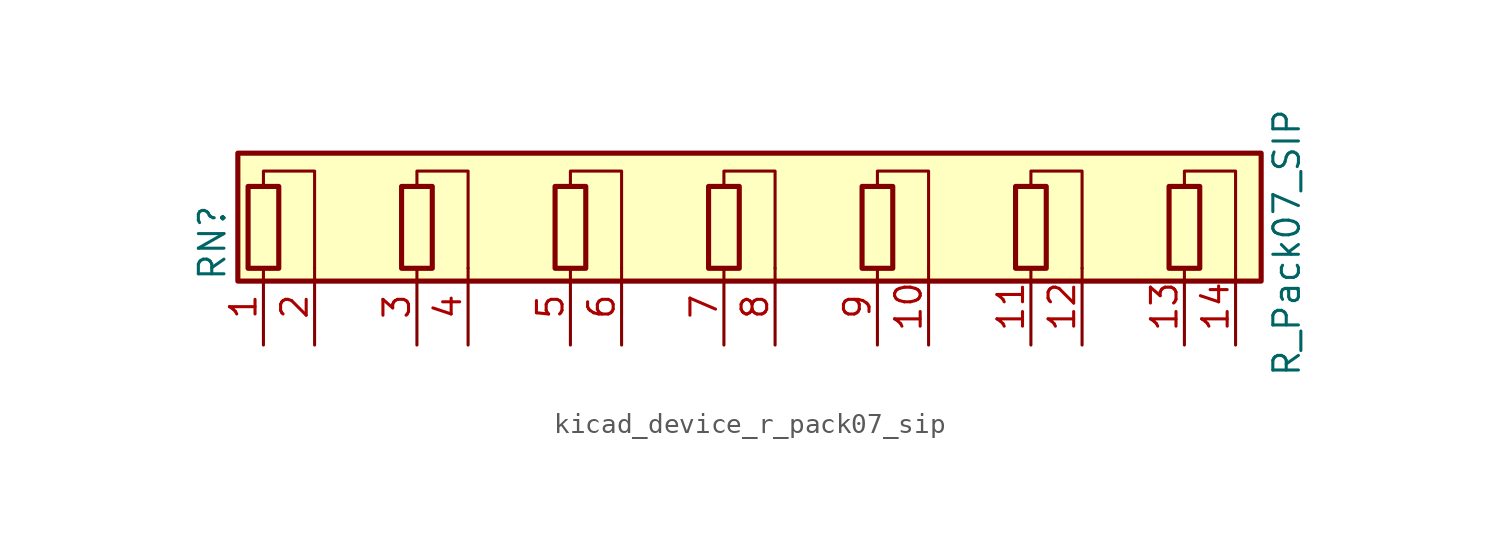
<source format=kicad_sym>
(kicad_symbol_lib
  (version 20220914)
  (generator kicad_symbol_editor)
  (symbol "kicad_device_r_pack07_sip"
    (pin_names
      (offset 0) hide)
    (property "Reference" "RN"
      (at -25.4 0 90)
      (effects (font (size 1.27 1.27))))
    (property "Value" "R_Pack07_SIP"
      (at 27.94 0 90)
      (effects (font (size 1.27 1.27))))
    (symbol "kicad_device_r_pack07_sip_0_1"
      (rectangle (start -24.13 -1.905) (end 26.67 4.445) (stroke (width 0.254) (type default)) (fill (type background)))
      (rectangle (start -23.622 2.794) (end -22.098 -1.27) (stroke (width 0.254) (type default)) (fill (type none)))
      (rectangle (start -16.002 2.794) (end -14.478 -1.27) (stroke (width 0.254) (type default)) (fill (type none)))
      (rectangle (start -8.382 2.794) (end -6.858 -1.27) (stroke (width 0.254) (type default)) (fill (type none)))
      (rectangle (start -0.762 2.794) (end 0.762 -1.27) (stroke (width 0.254) (type default)) (fill (type none)))
      (polyline (pts (xy -22.86 2.794) (xy -22.86 3.556) (xy -20.32 3.556) (xy -20.32 -1.27)) (stroke (width 0) (type default)) (fill (type none)))
      (polyline (pts (xy -15.24 2.794) (xy -15.24 3.556) (xy -12.7 3.556) (xy -12.7 -1.27)) (stroke (width 0) (type default)) (fill (type none)))
      (polyline (pts (xy -7.62 2.794) (xy -7.62 3.556) (xy -5.08 3.556) (xy -5.08 -1.27)) (stroke (width 0) (type default)) (fill (type none)))
      (polyline (pts (xy 0 2.794) (xy 0 3.556) (xy 2.54 3.556) (xy 2.54 -1.27)) (stroke (width 0) (type default)) (fill (type none)))
      (polyline (pts (xy 7.62 2.794) (xy 7.62 3.556) (xy 10.16 3.556) (xy 10.16 -1.27)) (stroke (width 0) (type default)) (fill (type none)))
      (polyline (pts (xy 15.24 2.794) (xy 15.24 3.556) (xy 17.78 3.556) (xy 17.78 -1.27)) (stroke (width 0) (type default)) (fill (type none)))
      (polyline (pts (xy 22.86 2.794) (xy 22.86 3.556) (xy 25.4 3.556) (xy 25.4 -1.27)) (stroke (width 0) (type default)) (fill (type none)))
      (rectangle (start 6.858 2.794) (end 8.382 -1.27) (stroke (width 0.254) (type default)) (fill (type none)))
      (rectangle (start 14.478 2.794) (end 16.002 -1.27) (stroke (width 0.254) (type default)) (fill (type none)))
      (rectangle (start 22.098 2.794) (end 23.622 -1.27) (stroke (width 0.254) (type default)) (fill (type none))))
    (symbol "kicad_device_r_pack07_sip_1_1"
      (pin passive line (at -22.86 -5.08 90) (length 3.81) (name "R1.1" (effects (font (size 1.27 1.27)))) (number "1" (effects (font (size 1.27 1.27)))))
      (pin passive line (at 10.16 -5.08 90) (length 3.81) (name "R5.2" (effects (font (size 1.27 1.27)))) (number "10" (effects (font (size 1.27 1.27)))))
      (pin passive line (at 15.24 -5.08 90) (length 3.81) (name "R6.1" (effects (font (size 1.27 1.27)))) (number "11" (effects (font (size 1.27 1.27)))))
      (pin passive line (at 17.78 -5.08 90) (length 3.81) (name "R6.2" (effects (font (size 1.27 1.27)))) (number "12" (effects (font (size 1.27 1.27)))))
      (pin passive line (at 22.86 -5.08 90) (length 3.81) (name "R7.1" (effects (font (size 1.27 1.27)))) (number "13" (effects (font (size 1.27 1.27)))))
      (pin passive line (at 25.4 -5.08 90) (length 3.81) (name "R7.2" (effects (font (size 1.27 1.27)))) (number "14" (effects (font (size 1.27 1.27)))))
      (pin passive line (at -20.32 -5.08 90) (length 3.81) (name "R1.2" (effects (font (size 1.27 1.27)))) (number "2" (effects (font (size 1.27 1.27)))))
      (pin passive line (at -15.24 -5.08 90) (length 3.81) (name "R2.1" (effects (font (size 1.27 1.27)))) (number "3" (effects (font (size 1.27 1.27)))))
      (pin passive line (at -12.7 -5.08 90) (length 3.81) (name "R2.2" (effects (font (size 1.27 1.27)))) (number "4" (effects (font (size 1.27 1.27)))))
      (pin passive line (at -7.62 -5.08 90) (length 3.81) (name "R3.1" (effects (font (size 1.27 1.27)))) (number "5" (effects (font (size 1.27 1.27)))))
      (pin passive line (at -5.08 -5.08 90) (length 3.81) (name "R3.2" (effects (font (size 1.27 1.27)))) (number "6" (effects (font (size 1.27 1.27)))))
      (pin passive line (at 0 -5.08 90) (length 3.81) (name "R4.1" (effects (font (size 1.27 1.27)))) (number "7" (effects (font (size 1.27 1.27)))))
      (pin passive line (at 2.54 -5.08 90) (length 3.81) (name "R4.2" (effects (font (size 1.27 1.27)))) (number "8" (effects (font (size 1.27 1.27)))))
      (pin passive line (at 7.62 -5.08 90) (length 3.81) (name "R5.1" (effects (font (size 1.27 1.27)))) (number "9" (effects (font (size 1.27 1.27))))))))
</source>
